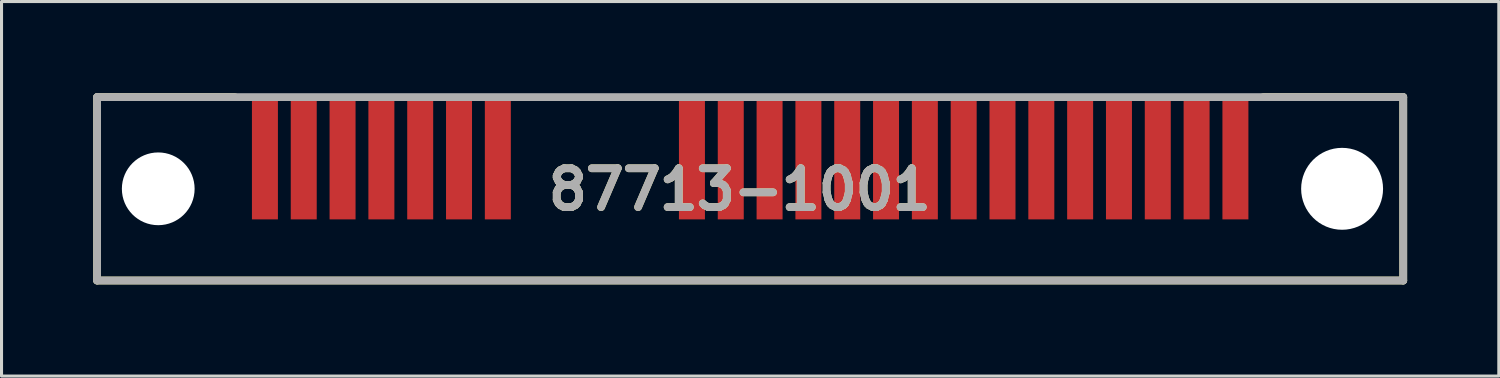
<source format=kicad_pcb>
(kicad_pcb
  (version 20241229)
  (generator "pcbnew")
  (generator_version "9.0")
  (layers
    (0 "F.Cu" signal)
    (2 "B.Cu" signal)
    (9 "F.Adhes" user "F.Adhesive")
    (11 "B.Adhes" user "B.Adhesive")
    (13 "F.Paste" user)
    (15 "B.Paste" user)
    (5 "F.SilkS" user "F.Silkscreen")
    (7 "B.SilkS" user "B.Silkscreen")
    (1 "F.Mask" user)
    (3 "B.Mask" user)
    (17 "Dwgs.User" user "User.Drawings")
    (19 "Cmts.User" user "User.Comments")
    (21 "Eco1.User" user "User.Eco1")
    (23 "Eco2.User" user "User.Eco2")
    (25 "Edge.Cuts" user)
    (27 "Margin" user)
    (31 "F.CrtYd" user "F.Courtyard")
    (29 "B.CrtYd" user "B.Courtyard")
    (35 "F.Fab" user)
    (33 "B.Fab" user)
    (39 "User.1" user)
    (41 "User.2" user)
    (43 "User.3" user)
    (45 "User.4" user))
  (footprint "87713-1001"
    (layer "F.Cu")
    (at 21.492 3.127)
    (property "Reference" "87713-1001" (at -0.341 0.024 0) (layer "F.SilkS") (effects (font (size 1.27 1.27) (thickness 0.254))))
    (attr through_hole)
    (fp_line (start -21.365 -3) (end -21.365 3) (stroke (width 0.254) (type solid)) (layer "F.SilkS"))
    (fp_line (start -21.365 -3) (end -16.86 -3) (stroke (width 0.254) (type solid)) (layer "F.SilkS"))
    (fp_line (start -21.365 3) (end 21.365 3) (stroke (width 0.254) (type solid)) (layer "F.SilkS"))
    (fp_line (start 21.365 -3) (end 16.789 -3) (stroke (width 0.254) (type solid)) (layer "F.SilkS"))
    (fp_line (start 21.365 3) (end 21.365 -3) (stroke (width 0.254) (type solid)) (layer "F.SilkS"))
    (fp_line (start -21.365 -3) (end 21.365 -3) (stroke (width 0.254) (type solid)) (layer "F.Fab"))
    (fp_line (start -21.365 3) (end -21.365 -3) (stroke (width 0.254) (type solid)) (layer "F.Fab"))
    (fp_line (start 21.365 -3) (end 21.365 3) (stroke (width 0.254) (type solid)) (layer "F.Fab"))
    (fp_line (start 21.365 3) (end -21.365 3) (stroke (width 0.254) (type solid)) (layer "F.Fab"))
    (fp_text user "${REFERENCE}" (at -0.341 0.024 0) (layer "F.Fab") (effects (font (size 1.27 1.27) (thickness 0.254))))
    (pad "" np_thru_hole circle (at -19.365 0) (size 2.38 2.38) (drill 2.38) (layers "*.Cu" "*.Mask"))
    (pad "" np_thru_hole circle (at 19.365 0) (size 2.68 2.68) (drill 2.68) (layers "*.Cu" "*.Mask"))
    (pad "1" smd rect (at -15.875 -1) (size 0.85 4) (layers "F.Cu" "F.Mask" "F.Paste"))
    (pad "2" smd rect (at -14.605 -1) (size 0.85 4) (layers "F.Cu" "F.Mask" "F.Paste"))
    (pad "3" smd rect (at -13.335 -1) (size 0.85 4) (layers "F.Cu" "F.Mask" "F.Paste"))
    (pad "4" smd rect (at -12.065 -1) (size 0.85 4) (layers "F.Cu" "F.Mask" "F.Paste"))
    (pad "5" smd rect (at -10.795 -1) (size 0.85 4) (layers "F.Cu" "F.Mask" "F.Paste"))
    (pad "6" smd rect (at -9.525 -1) (size 0.85 4) (layers "F.Cu" "F.Mask" "F.Paste"))
    (pad "7" smd rect (at -8.255 -1) (size 0.85 4) (layers "F.Cu" "F.Mask" "F.Paste"))
    (pad "8" smd rect (at -1.905 -1) (size 0.85 4) (layers "F.Cu" "F.Mask" "F.Paste"))
    (pad "9" smd rect (at -0.635 -1) (size 0.85 4) (layers "F.Cu" "F.Mask" "F.Paste"))
    (pad "10" smd rect (at 0.635 -1) (size 0.85 4) (layers "F.Cu" "F.Mask" "F.Paste"))
    (pad "11" smd rect (at 1.905 -1) (size 0.85 4) (layers "F.Cu" "F.Mask" "F.Paste"))
    (pad "12" smd rect (at 3.175 -1) (size 0.85 4) (layers "F.Cu" "F.Mask" "F.Paste"))
    (pad "13" smd rect (at 4.445 -1) (size 0.85 4) (layers "F.Cu" "F.Mask" "F.Paste"))
    (pad "14" smd rect (at 5.715 -1) (size 0.85 4) (layers "F.Cu" "F.Mask" "F.Paste"))
    (pad "15" smd rect (at 6.985 -1) (size 0.85 4) (layers "F.Cu" "F.Mask" "F.Paste"))
    (pad "16" smd rect (at 8.255 -1) (size 0.85 4) (layers "F.Cu" "F.Mask" "F.Paste"))
    (pad "17" smd rect (at 9.525 -1) (size 0.85 4) (layers "F.Cu" "F.Mask" "F.Paste"))
    (pad "18" smd rect (at 10.795 -1) (size 0.85 4) (layers "F.Cu" "F.Mask" "F.Paste"))
    (pad "19" smd rect (at 12.065 -1) (size 0.85 4) (layers "F.Cu" "F.Mask" "F.Paste"))
    (pad "20" smd rect (at 13.335 -1) (size 0.85 4) (layers "F.Cu" "F.Mask" "F.Paste"))
    (pad "21" smd rect (at 14.605 -1) (size 0.85 4) (layers "F.Cu" "F.Mask" "F.Paste"))
    (pad "22" smd rect (at 15.875 -1) (size 0.85 4) (layers "F.Cu" "F.Mask" "F.Paste")))
  (gr_rect
    (start -3 -3)
    (end 45.984 9.254)
    (stroke (width 0.1) (type default))
    (fill no)
    (layer "Edge.Cuts")))
</source>
